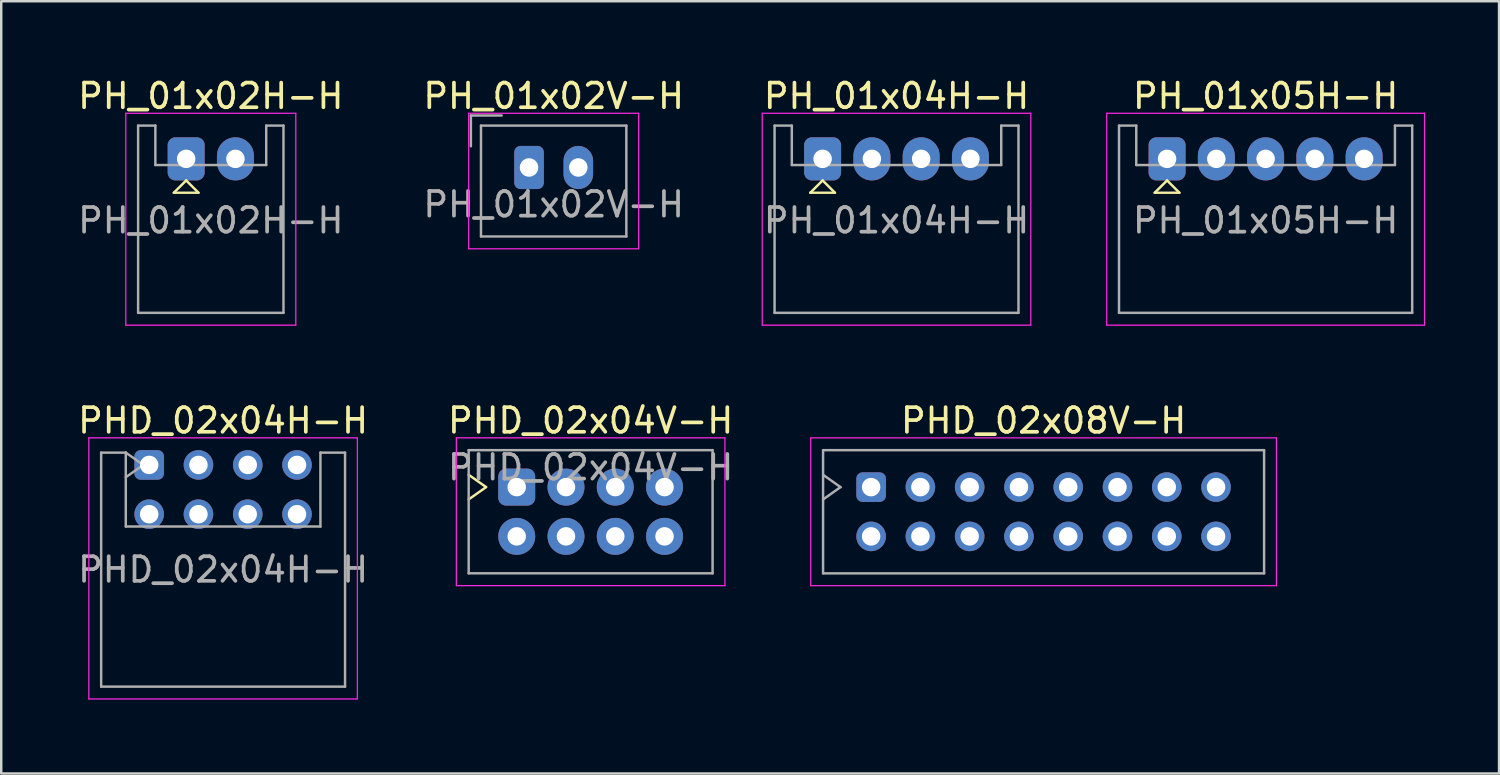
<source format=kicad_pcb>
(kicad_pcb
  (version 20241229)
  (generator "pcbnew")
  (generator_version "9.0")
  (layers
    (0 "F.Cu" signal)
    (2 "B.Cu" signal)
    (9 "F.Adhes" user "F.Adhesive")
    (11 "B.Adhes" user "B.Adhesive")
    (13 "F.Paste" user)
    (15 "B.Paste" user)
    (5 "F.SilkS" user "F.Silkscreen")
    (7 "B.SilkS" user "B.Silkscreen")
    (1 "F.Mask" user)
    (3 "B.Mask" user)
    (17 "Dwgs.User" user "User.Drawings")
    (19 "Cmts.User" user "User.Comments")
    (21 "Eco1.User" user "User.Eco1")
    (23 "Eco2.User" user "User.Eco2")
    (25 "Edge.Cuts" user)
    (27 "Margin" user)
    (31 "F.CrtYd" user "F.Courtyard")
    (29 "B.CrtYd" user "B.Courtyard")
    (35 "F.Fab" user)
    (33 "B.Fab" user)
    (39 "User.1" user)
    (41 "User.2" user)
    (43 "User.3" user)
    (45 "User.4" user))
  (footprint "PH_01x02H-H"
    (layer "F.Cu")
    (at 4.506 3.398)
    (property "Reference" "PH_01x02H-H" (at 1 -2.55 0) (layer "F.SilkS") (effects (font (size 1 1) (thickness 0.15))))
    (attr through_hole)
    (fp_line (start -0.5 1.375) (end 0.5 1.375) (stroke (width 0.1) (type solid)) (layer "F.SilkS"))
    (fp_line (start 0 0.875) (end -0.5 1.375) (stroke (width 0.1) (type solid)) (layer "F.SilkS"))
    (fp_line (start 0.5 1.375) (end 0 0.875) (stroke (width 0.1) (type solid)) (layer "F.SilkS"))
    (fp_line (start -2.45 -1.85) (end -2.45 6.75) (stroke (width 0.05) (type solid)) (layer "F.CrtYd"))
    (fp_line (start -2.45 6.75) (end 4.45 6.75) (stroke (width 0.05) (type solid)) (layer "F.CrtYd"))
    (fp_line (start 4.45 -1.85) (end -2.45 -1.85) (stroke (width 0.05) (type solid)) (layer "F.CrtYd"))
    (fp_line (start 4.45 6.75) (end 4.45 -1.85) (stroke (width 0.05) (type solid)) (layer "F.CrtYd"))
    (fp_line (start -1.95 -1.35) (end -1.95 6.25) (stroke (width 0.1) (type solid)) (layer "F.Fab"))
    (fp_line (start -1.95 6.25) (end 3.95 6.25) (stroke (width 0.1) (type solid)) (layer "F.Fab"))
    (fp_line (start -1.25 -1.35) (end -1.95 -1.35) (stroke (width 0.1) (type solid)) (layer "F.Fab"))
    (fp_line (start -1.25 0.25) (end -1.25 -1.35) (stroke (width 0.1) (type solid)) (layer "F.Fab"))
    (fp_line (start 3.25 -1.35) (end 3.25 0.25) (stroke (width 0.1) (type solid)) (layer "F.Fab"))
    (fp_line (start 3.25 0.25) (end -1.25 0.25) (stroke (width 0.1) (type solid)) (layer "F.Fab"))
    (fp_line (start 3.95 -1.35) (end 3.25 -1.35) (stroke (width 0.1) (type solid)) (layer "F.Fab"))
    (fp_line (start 3.95 6.25) (end 3.95 -1.35) (stroke (width 0.1) (type solid)) (layer "F.Fab"))
    (fp_text user "${REFERENCE}" (at 1 2.5 0) (layer "F.Fab") (effects (font (size 1 1) (thickness 0.15))))
    (pad "1" thru_hole roundrect (at 0 0) (size 1.5 1.75) (drill 0.75) (layers "*.Cu" "*.Mask") (roundrect_rratio 0.208))
    (pad "2" thru_hole oval (at 2 0) (size 1.5 1.75) (drill 0.75) (layers "*.Cu" "*.Mask")))
  (footprint "PHD_02x04V-H"
    (layer "F.Cu")
    (at 20.923 17.721)
    (property "Reference" "PHD_02x04V-H" (at 0 -3.7 0) (layer "F.SilkS") (effects (font (size 1 1) (thickness 0.15))))
    (attr through_hole)
    (fp_line (start -4.95 -0.5) (end -4.243 -1) (stroke (width 0.1) (type solid)) (layer "F.SilkS"))
    (fp_line (start -4.243 -1) (end -4.95 -1.5) (stroke (width 0.1) (type solid)) (layer "F.SilkS"))
    (fp_line (start -5.45 -3) (end -5.45 3) (stroke (width 0.05) (type solid)) (layer "F.CrtYd"))
    (fp_line (start -5.45 3) (end 5.45 3) (stroke (width 0.05) (type solid)) (layer "F.CrtYd"))
    (fp_line (start 5.45 -3) (end -5.45 -3) (stroke (width 0.05) (type solid)) (layer "F.CrtYd"))
    (fp_line (start 5.45 3) (end 5.45 -3) (stroke (width 0.05) (type solid)) (layer "F.CrtYd"))
    (fp_line (start -4.95 -2.5) (end -4.95 2.5) (stroke (width 0.1) (type solid)) (layer "F.Fab"))
    (fp_line (start -4.95 2.5) (end 4.95 2.5) (stroke (width 0.1) (type solid)) (layer "F.Fab"))
    (fp_line (start 4.95 -2.5) (end -4.95 -2.5) (stroke (width 0.1) (type solid)) (layer "F.Fab"))
    (fp_line (start 4.95 2.5) (end 4.95 -2.5) (stroke (width 0.1) (type solid)) (layer "F.Fab"))
    (fp_line (start -1 -1) (end 1 1) (stroke (width 0.1) (type default)) (layer "User.1"))
    (fp_line (start 1 -1) (end -1 1) (stroke (width 0.1) (type default)) (layer "User.1"))
    (fp_text user "${REFERENCE}" (at 0 -1.8 0) (layer "F.Fab") (effects (font (size 1 1) (thickness 0.15))))
    (pad "1" thru_hole roundrect (at -3 -1) (size 1.5 1.5) (drill 0.75) (layers "*.Cu" "*.Mask") (roundrect_rratio 0.208))
    (pad "2" thru_hole circle (at -3 1) (size 1.5 1.5) (drill 0.75) (layers "*.Cu" "*.Mask"))
    (pad "3" thru_hole circle (at -1 -1) (size 1.5 1.5) (drill 0.75) (layers "*.Cu" "*.Mask"))
    (pad "4" thru_hole circle (at -1 1) (size 1.5 1.5) (drill 0.75) (layers "*.Cu" "*.Mask"))
    (pad "5" thru_hole circle (at 1 -1) (size 1.5 1.5) (drill 0.75) (layers "*.Cu" "*.Mask"))
    (pad "6" thru_hole circle (at 1 1) (size 1.5 1.5) (drill 0.75) (layers "*.Cu" "*.Mask"))
    (pad "7" thru_hole circle (at 3 -1) (size 1.5 1.5) (drill 0.75) (layers "*.Cu" "*.Mask"))
    (pad "8" thru_hole circle (at 3 1) (size 1.5 1.5) (drill 0.75) (layers "*.Cu" "*.Mask")))
  (footprint "PHD_02x08V-H"
    (layer "F.Cu")
    (at 39.293 17.738)
    (property "Reference" "PHD_02x08V-H" (at 0.015 -3.716 0) (layer "F.SilkS") (effects (font (size 1 1) (thickness 0.15))))
    (attr through_hole)
    (fp_line (start -9.435 -3.016) (end -9.435 2.984) (stroke (width 0.05) (type solid)) (layer "F.CrtYd"))
    (fp_line (start -9.435 2.984) (end 9.465 2.984) (stroke (width 0.05) (type solid)) (layer "F.CrtYd"))
    (fp_line (start 9.465 -3.016) (end -9.435 -3.016) (stroke (width 0.05) (type solid)) (layer "F.CrtYd"))
    (fp_line (start 9.465 2.984) (end 9.465 -3.016) (stroke (width 0.05) (type solid)) (layer "F.CrtYd"))
    (fp_line (start -8.935 -2.516) (end -8.935 2.484) (stroke (width 0.1) (type solid)) (layer "F.Fab"))
    (fp_line (start -8.935 -0.516) (end -8.228 -1.016) (stroke (width 0.1) (type solid)) (layer "F.Fab"))
    (fp_line (start -8.935 2.484) (end 8.965 2.484) (stroke (width 0.1) (type solid)) (layer "F.Fab"))
    (fp_line (start -8.228 -1.016) (end -8.935 -1.516) (stroke (width 0.1) (type solid)) (layer "F.Fab"))
    (fp_line (start 8.965 -2.516) (end -8.935 -2.516) (stroke (width 0.1) (type solid)) (layer "F.Fab"))
    (fp_line (start 8.965 2.484) (end 8.965 -2.516) (stroke (width 0.1) (type solid)) (layer "F.Fab"))
    (fp_line (start -6.985 -1.016) (end 6.985 1.016) (stroke (width 0.1) (type default)) (layer "User.1"))
    (fp_line (start 6.985 -1.016) (end -6.985 1.016) (stroke (width 0.1) (type default)) (layer "User.1"))
    (pad "1" thru_hole roundrect (at -6.985 -1.016) (size 1.2 1.2) (drill 0.75) (layers "*.Cu" "*.Mask") (roundrect_rratio 0.208))
    (pad "2" thru_hole circle (at -6.985 0.984) (size 1.2 1.2) (drill 0.75) (layers "*.Cu" "*.Mask"))
    (pad "3" thru_hole circle (at -4.985 -1.016) (size 1.2 1.2) (drill 0.75) (layers "*.Cu" "*.Mask"))
    (pad "4" thru_hole circle (at -4.985 0.984) (size 1.2 1.2) (drill 0.75) (layers "*.Cu" "*.Mask"))
    (pad "5" thru_hole circle (at -2.985 -1.016) (size 1.2 1.2) (drill 0.75) (layers "*.Cu" "*.Mask"))
    (pad "6" thru_hole circle (at -2.985 0.984) (size 1.2 1.2) (drill 0.75) (layers "*.Cu" "*.Mask"))
    (pad "7" thru_hole circle (at -0.985 -1.016) (size 1.2 1.2) (drill 0.75) (layers "*.Cu" "*.Mask"))
    (pad "8" thru_hole circle (at -0.985 0.984) (size 1.2 1.2) (drill 0.75) (layers "*.Cu" "*.Mask"))
    (pad "9" thru_hole circle (at 1.015 -1.016) (size 1.2 1.2) (drill 0.75) (layers "*.Cu" "*.Mask"))
    (pad "10" thru_hole circle (at 1.015 0.984) (size 1.2 1.2) (drill 0.75) (layers "*.Cu" "*.Mask"))
    (pad "11" thru_hole circle (at 3.015 -1.016) (size 1.2 1.2) (drill 0.75) (layers "*.Cu" "*.Mask"))
    (pad "12" thru_hole circle (at 3.015 0.984) (size 1.2 1.2) (drill 0.75) (layers "*.Cu" "*.Mask"))
    (pad "13" thru_hole circle (at 5.015 -1.016) (size 1.2 1.2) (drill 0.75) (layers "*.Cu" "*.Mask"))
    (pad "14" thru_hole circle (at 5.015 0.984) (size 1.2 1.2) (drill 0.75) (layers "*.Cu" "*.Mask"))
    (pad "15" thru_hole circle (at 7.015 -1.016) (size 1.2 1.2) (drill 0.75) (layers "*.Cu" "*.Mask"))
    (pad "16" thru_hole circle (at 7.015 0.984) (size 1.2 1.2) (drill 0.75) (layers "*.Cu" "*.Mask")))
  (footprint "PH_01x02V-H"
    (layer "F.Cu")
    (at 18.423 3.748)
    (property "Reference" "PH_01x02V-H" (at 1 -2.9 0) (layer "F.SilkS") (effects (font (size 1 1) (thickness 0.15))))
    (attr through_hole)
    (fp_line (start -2.45 -2.2) (end -2.45 3.3) (stroke (width 0.05) (type solid)) (layer "F.CrtYd"))
    (fp_line (start -2.45 3.3) (end 4.45 3.3) (stroke (width 0.05) (type solid)) (layer "F.CrtYd"))
    (fp_line (start 4.45 -2.2) (end -2.45 -2.2) (stroke (width 0.05) (type solid)) (layer "F.CrtYd"))
    (fp_line (start 4.45 3.3) (end 4.45 -2.2) (stroke (width 0.05) (type solid)) (layer "F.CrtYd"))
    (fp_line (start -2.36 -2.11) (end -2.36 -0.86) (stroke (width 0.1) (type solid)) (layer "F.Fab"))
    (fp_line (start -1.95 -1.7) (end -1.95 2.8) (stroke (width 0.1) (type solid)) (layer "F.Fab"))
    (fp_line (start -1.95 2.8) (end 3.95 2.8) (stroke (width 0.1) (type solid)) (layer "F.Fab"))
    (fp_line (start -1.11 -2.11) (end -2.36 -2.11) (stroke (width 0.1) (type solid)) (layer "F.Fab"))
    (fp_line (start 3.95 -1.7) (end -1.95 -1.7) (stroke (width 0.1) (type solid)) (layer "F.Fab"))
    (fp_line (start 3.95 2.8) (end 3.95 -1.7) (stroke (width 0.1) (type solid)) (layer "F.Fab"))
    (fp_text user "${REFERENCE}" (at 1 1.5 0) (layer "F.Fab") (effects (font (size 1 1) (thickness 0.15))))
    (pad "1" thru_hole roundrect (at 0 0) (size 1.2 1.75) (drill 0.75) (layers "*.Cu" "*.Mask") (roundrect_rratio 0.208))
    (pad "2" thru_hole oval (at 2 0) (size 1.2 1.75) (drill 0.75) (layers "*.Cu" "*.Mask")))
  (footprint "PH_01x04H-H"
    (layer "F.Cu")
    (at 33.339 3.398)
    (property "Reference" "PH_01x04H-H" (at 0 -2.55 0) (layer "F.SilkS") (effects (font (size 1 1) (thickness 0.15))))
    (attr through_hole)
    (fp_line (start -3.5 1.375) (end -2.5 1.375) (stroke (width 0.1) (type solid)) (layer "F.SilkS"))
    (fp_line (start -3 0.875) (end -3.5 1.375) (stroke (width 0.1) (type solid)) (layer "F.SilkS"))
    (fp_line (start -2.5 1.375) (end -3 0.875) (stroke (width 0.1) (type solid)) (layer "F.SilkS"))
    (fp_line (start -5.45 -1.85) (end -5.45 6.75) (stroke (width 0.05) (type solid)) (layer "F.CrtYd"))
    (fp_line (start -5.45 6.75) (end 5.45 6.75) (stroke (width 0.05) (type solid)) (layer "F.CrtYd"))
    (fp_line (start 5.45 -1.85) (end -5.45 -1.85) (stroke (width 0.05) (type solid)) (layer "F.CrtYd"))
    (fp_line (start 5.45 6.75) (end 5.45 -1.85) (stroke (width 0.05) (type solid)) (layer "F.CrtYd"))
    (fp_line (start -4.95 -1.35) (end -4.95 6.25) (stroke (width 0.1) (type solid)) (layer "F.Fab"))
    (fp_line (start -4.95 6.25) (end 4.95 6.25) (stroke (width 0.1) (type solid)) (layer "F.Fab"))
    (fp_line (start -4.25 -1.35) (end -4.95 -1.35) (stroke (width 0.1) (type solid)) (layer "F.Fab"))
    (fp_line (start -4.25 0.25) (end -4.25 -1.35) (stroke (width 0.1) (type solid)) (layer "F.Fab"))
    (fp_line (start 4.25 -1.35) (end 4.25 0.25) (stroke (width 0.1) (type solid)) (layer "F.Fab"))
    (fp_line (start 4.25 0.25) (end -4.25 0.25) (stroke (width 0.1) (type solid)) (layer "F.Fab"))
    (fp_line (start 4.95 -1.35) (end 4.25 -1.35) (stroke (width 0.1) (type solid)) (layer "F.Fab"))
    (fp_line (start 4.95 6.25) (end 4.95 -1.35) (stroke (width 0.1) (type solid)) (layer "F.Fab"))
    (fp_line (start 0 0) (end -1 0) (stroke (width 0.1) (type default)) (layer "User.1"))
    (fp_line (start 1 0) (end 0 0) (stroke (width 0.1) (type default)) (layer "User.1"))
    (fp_text user "${REFERENCE}" (at 0 2.5 0) (layer "F.Fab") (effects (font (size 1 1) (thickness 0.15))))
    (pad "1" thru_hole roundrect (at -3 0) (size 1.5 1.75) (drill 0.75) (layers "*.Cu" "*.Mask") (roundrect_rratio 0.208))
    (pad "2" thru_hole oval (at -1 0) (size 1.5 1.75) (drill 0.75) (layers "*.Cu" "*.Mask"))
    (pad "3" thru_hole oval (at 1 0) (size 1.5 1.75) (drill 0.75) (layers "*.Cu" "*.Mask"))
    (pad "4" thru_hole oval (at 3 0) (size 1.5 1.75) (drill 0.75) (layers "*.Cu" "*.Mask")))
  (footprint "PHD_02x04H-H"
    (layer "F.Cu")
    (at 5.99 16.837)
    (property "Reference" "PHD_02x04H-H" (at 0.015 -2.816 0) (layer "F.SilkS") (effects (font (size 1 1) (thickness 0.15))))
    (attr through_hole)
    (fp_line (start -5.434 -2.116) (end -5.434 8.484) (stroke (width 0.05) (type solid)) (layer "F.CrtYd"))
    (fp_line (start -5.434 8.484) (end 5.465 8.484) (stroke (width 0.05) (type solid)) (layer "F.CrtYd"))
    (fp_line (start 5.465 -2.116) (end -5.434 -2.116) (stroke (width 0.05) (type solid)) (layer "F.CrtYd"))
    (fp_line (start 5.465 8.484) (end 5.465 -2.116) (stroke (width 0.05) (type solid)) (layer "F.CrtYd"))
    (fp_line (start -4.934 -1.516) (end -3.934 -1.516) (stroke (width 0.1) (type solid)) (layer "F.Fab"))
    (fp_line (start -4.934 7.984) (end -4.934 -1.516) (stroke (width 0.1) (type solid)) (layer "F.Fab"))
    (fp_line (start -3.934 -1.516) (end -3.934 1.484) (stroke (width 0.1) (type solid)) (layer "F.Fab"))
    (fp_line (start -3.934 -1.516) (end -3.227 -1.016) (stroke (width 0.1) (type solid)) (layer "F.Fab"))
    (fp_line (start -3.934 1.484) (end 3.966 1.484) (stroke (width 0.1) (type solid)) (layer "F.Fab"))
    (fp_line (start -3.227 -1.016) (end -3.934 -0.516) (stroke (width 0.1) (type solid)) (layer "F.Fab"))
    (fp_line (start 3.966 -1.516) (end 4.965 -1.516) (stroke (width 0.1) (type solid)) (layer "F.Fab"))
    (fp_line (start 3.966 1.484) (end 3.966 -1.516) (stroke (width 0.1) (type solid)) (layer "F.Fab"))
    (fp_line (start 4.965 -1.516) (end 4.965 7.984) (stroke (width 0.1) (type solid)) (layer "F.Fab"))
    (fp_line (start 4.965 7.984) (end -4.934 7.984) (stroke (width 0.1) (type solid)) (layer "F.Fab"))
    (fp_line (start 2.985 -1.016) (end -2.985 1.016) (stroke (width 0.1) (type default)) (layer "User.1"))
    (fp_line (start 2.985 1.016) (end -2.985 -1.016) (stroke (width 0.1) (type default)) (layer "User.1"))
    (fp_text user "${REFERENCE}" (at 0.015 3.234 0) (layer "F.Fab") (effects (font (size 1 1) (thickness 0.15))))
    (pad "1" thru_hole roundrect (at -2.985 -1.016) (size 1.2 1.2) (drill 0.75) (layers "*.Cu" "*.Mask") (roundrect_rratio 0.208))
    (pad "2" thru_hole circle (at -2.985 0.984) (size 1.2 1.2) (drill 0.75) (layers "*.Cu" "*.Mask"))
    (pad "3" thru_hole circle (at -0.985 -1.016) (size 1.2 1.2) (drill 0.75) (layers "*.Cu" "*.Mask"))
    (pad "4" thru_hole circle (at -0.985 0.984) (size 1.2 1.2) (drill 0.75) (layers "*.Cu" "*.Mask"))
    (pad "5" thru_hole circle (at 1.016 -1.016) (size 1.2 1.2) (drill 0.75) (layers "*.Cu" "*.Mask"))
    (pad "6" thru_hole circle (at 1.016 0.984) (size 1.2 1.2) (drill 0.75) (layers "*.Cu" "*.Mask"))
    (pad "7" thru_hole circle (at 3.015 -1.016) (size 1.2 1.2) (drill 0.75) (layers "*.Cu" "*.Mask"))
    (pad "8" thru_hole circle (at 3.015 0.984) (size 1.2 1.2) (drill 0.75) (layers "*.Cu" "*.Mask")))
  (footprint "PH_01x05H-H"
    (layer "F.Cu")
    (at 48.32 3.398)
    (property "Reference" "PH_01x05H-H" (at 0 -2.55 0) (layer "F.SilkS") (effects (font (size 1 1) (thickness 0.15))))
    (attr through_hole)
    (fp_line (start -4.5 1.375) (end -3.5 1.375) (stroke (width 0.1) (type solid)) (layer "F.SilkS"))
    (fp_line (start -4 0.875) (end -4.5 1.375) (stroke (width 0.1) (type solid)) (layer "F.SilkS"))
    (fp_line (start -3.5 1.375) (end -4 0.875) (stroke (width 0.1) (type solid)) (layer "F.SilkS"))
    (fp_line (start -6.45 -1.85) (end -6.45 6.75) (stroke (width 0.05) (type solid)) (layer "F.CrtYd"))
    (fp_line (start -6.45 6.75) (end 6.45 6.75) (stroke (width 0.05) (type solid)) (layer "F.CrtYd"))
    (fp_line (start 6.45 -1.85) (end -6.45 -1.85) (stroke (width 0.05) (type solid)) (layer "F.CrtYd"))
    (fp_line (start 6.45 6.75) (end 6.45 -1.85) (stroke (width 0.05) (type solid)) (layer "F.CrtYd"))
    (fp_line (start -5.95 -1.35) (end -5.95 6.25) (stroke (width 0.1) (type solid)) (layer "F.Fab"))
    (fp_line (start -5.95 6.25) (end 5.95 6.25) (stroke (width 0.1) (type solid)) (layer "F.Fab"))
    (fp_line (start -5.25 -1.35) (end -5.95 -1.35) (stroke (width 0.1) (type solid)) (layer "F.Fab"))
    (fp_line (start -5.25 0.25) (end -5.25 -1.35) (stroke (width 0.1) (type solid)) (layer "F.Fab"))
    (fp_line (start 5.25 -1.35) (end 5.25 0.25) (stroke (width 0.1) (type solid)) (layer "F.Fab"))
    (fp_line (start 5.25 0.25) (end -5.25 0.25) (stroke (width 0.1) (type solid)) (layer "F.Fab"))
    (fp_line (start 5.95 -1.35) (end 5.25 -1.35) (stroke (width 0.1) (type solid)) (layer "F.Fab"))
    (fp_line (start 5.95 6.25) (end 5.95 -1.35) (stroke (width 0.1) (type solid)) (layer "F.Fab"))
    (fp_text user "${REFERENCE}" (at 0 2.5 0) (layer "F.Fab") (effects (font (size 1 1) (thickness 0.15))))
    (pad "1" thru_hole roundrect (at -4 0) (size 1.5 1.75) (drill 0.75) (layers "*.Cu" "*.Mask") (roundrect_rratio 0.208))
    (pad "2" thru_hole oval (at -2 0) (size 1.5 1.75) (drill 0.75) (layers "*.Cu" "*.Mask"))
    (pad "3" thru_hole oval (at 0 0) (size 1.5 1.75) (drill 0.75) (layers "*.Cu" "*.Mask"))
    (pad "4" thru_hole oval (at 2 0) (size 1.5 1.75) (drill 0.75) (layers "*.Cu" "*.Mask"))
    (pad "5" thru_hole oval (at 4 0) (size 1.5 1.75) (drill 0.75) (layers "*.Cu" "*.Mask")))
  (gr_rect
    (start -3 -3)
    (end 57.795 28.346)
    (stroke (width 0.1) (type default))
    (fill no)
    (layer "Edge.Cuts")))
</source>
